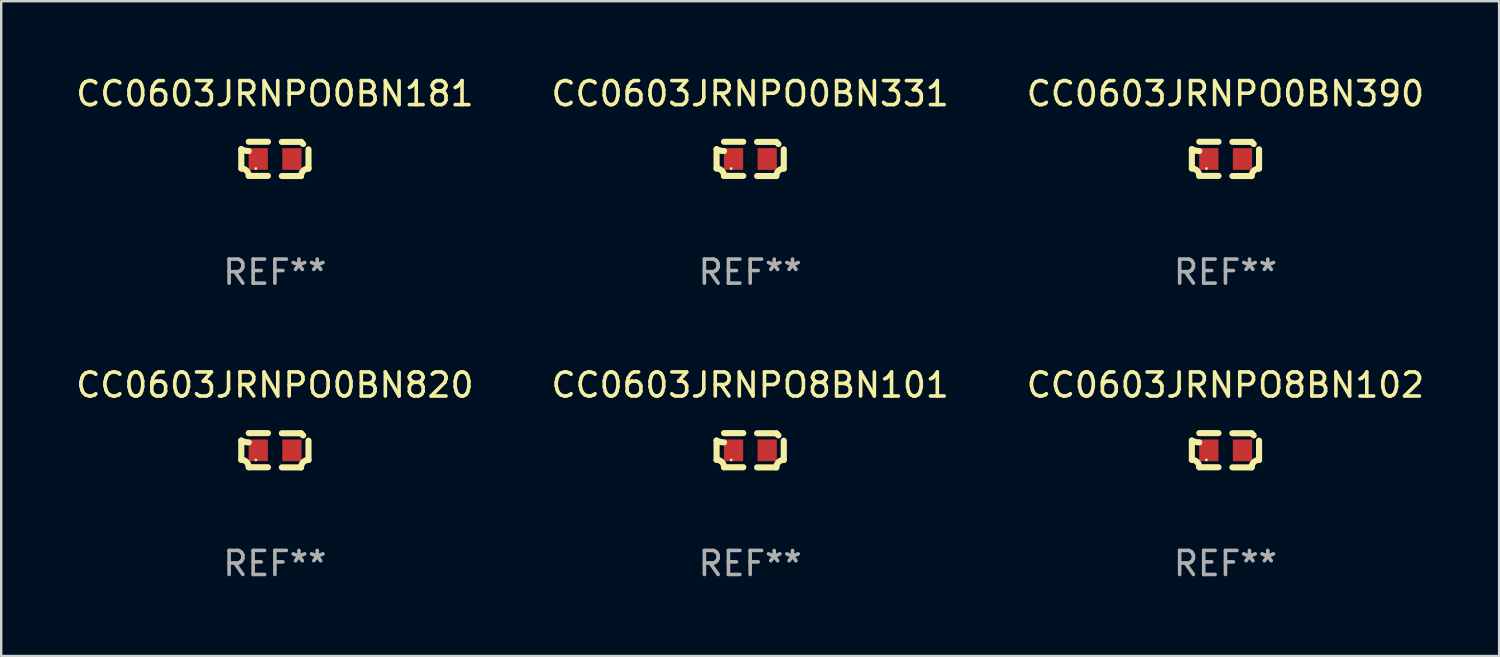
<source format=kicad_pcb>
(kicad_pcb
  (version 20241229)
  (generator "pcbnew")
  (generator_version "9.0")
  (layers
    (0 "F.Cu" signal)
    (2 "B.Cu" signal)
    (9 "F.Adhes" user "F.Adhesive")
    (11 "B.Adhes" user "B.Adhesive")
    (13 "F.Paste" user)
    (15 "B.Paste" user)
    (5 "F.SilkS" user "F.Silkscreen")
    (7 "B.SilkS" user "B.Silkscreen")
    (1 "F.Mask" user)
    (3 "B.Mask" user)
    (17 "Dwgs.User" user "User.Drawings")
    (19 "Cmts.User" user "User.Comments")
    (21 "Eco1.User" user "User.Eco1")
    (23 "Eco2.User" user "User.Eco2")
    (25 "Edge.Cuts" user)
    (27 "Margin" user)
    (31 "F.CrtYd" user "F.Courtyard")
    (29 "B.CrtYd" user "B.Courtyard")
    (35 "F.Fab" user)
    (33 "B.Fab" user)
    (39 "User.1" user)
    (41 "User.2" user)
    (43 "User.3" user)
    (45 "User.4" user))
  (footprint "CC0603JRNPO8BN102"
    (layer "F.Cu")
    (at 47.935 15.683)
    (property "Reference" "CC0603JRNPO8BN102" (at 0 -2.713 0) (layer "F.SilkS") (effects (font (size 1 1) (thickness 0.15))))
    (attr through_hole)
    (fp_line (start -1.398 -0.403) (end -1.398 0.397) (stroke (width 0.254) (type solid)) (layer "F.SilkS"))
    (fp_line (start -0.288 -0.713) (end -1.088 -0.713) (stroke (width 0.254) (type solid)) (layer "F.SilkS"))
    (fp_line (start -0.288 0.707) (end -1.088 0.707) (stroke (width 0.254) (type solid)) (layer "F.SilkS"))
    (fp_line (start 0.288 -0.707) (end 1.088 -0.707) (stroke (width 0.254) (type solid)) (layer "F.SilkS"))
    (fp_line (start 0.288 0.713) (end 1.088 0.713) (stroke (width 0.254) (type solid)) (layer "F.SilkS"))
    (fp_line (start 1.398 -0.397) (end 1.398 0.403) (stroke (width 0.254) (type solid)) (layer "F.SilkS"))
    (fp_arc (start -1.397789 0.397066) (mid -1.178701 0.487826) (end -1.08796 0.706922) (stroke (width 0.254001) (type solid)) (layer "F.SilkS"))
    (fp_arc (start -1.08796 -0.327176) (mid -1.247436 -0.346384) (end -1.39779 -0.402908) (stroke (width 0.254001) (type solid)) (layer "F.SilkS"))
    (fp_arc (start 1.087909 0.712738) (mid 1.178656 0.493655) (end 1.397739 0.402908) (stroke (width 0.254001) (type solid)) (layer "F.SilkS"))
    (fp_arc (start 1.175925 -0.618926) (mid 1.131917 -0.662923) (end 1.08791 -0.706922) (stroke (width 0.254001) (type solid)) (layer "F.SilkS"))
    (fp_circle (center -0.792 0.403) (end -0.762 0.403) (stroke (width 0.06) (type solid)) (fill no) (layer "F.SilkS"))
    (fp_text user "REF**" (at 0 4.713 0) (layer "F.Fab") (effects (font (size 1 1) (thickness 0.15))))
    (pad "1" smd rect (at -0.692 0.003) (size 0.8 0.9) (layers "F.Cu" "F.Mask" "F.Paste"))
    (pad "2" smd rect (at 0.708 0.003) (size 0.8 0.9) (layers "F.Cu" "F.Mask" "F.Paste")))
  (footprint "CC0603JRNPO0BN181"
    (layer "F.Cu")
    (at 8.387 3.561)
    (property "Reference" "CC0603JRNPO0BN181" (at 0 -2.713 0) (layer "F.SilkS") (effects (font (size 1 1) (thickness 0.15))))
    (attr through_hole)
    (fp_line (start -1.398 -0.403) (end -1.398 0.397) (stroke (width 0.254) (type solid)) (layer "F.SilkS"))
    (fp_line (start -0.288 -0.713) (end -1.088 -0.713) (stroke (width 0.254) (type solid)) (layer "F.SilkS"))
    (fp_line (start -0.288 0.707) (end -1.088 0.707) (stroke (width 0.254) (type solid)) (layer "F.SilkS"))
    (fp_line (start 0.288 -0.707) (end 1.088 -0.707) (stroke (width 0.254) (type solid)) (layer "F.SilkS"))
    (fp_line (start 0.288 0.713) (end 1.088 0.713) (stroke (width 0.254) (type solid)) (layer "F.SilkS"))
    (fp_line (start 1.398 -0.397) (end 1.398 0.403) (stroke (width 0.254) (type solid)) (layer "F.SilkS"))
    (fp_arc (start -1.397789 0.397066) (mid -1.178701 0.487826) (end -1.08796 0.706922) (stroke (width 0.254001) (type solid)) (layer "F.SilkS"))
    (fp_arc (start -1.08796 -0.327176) (mid -1.247436 -0.346384) (end -1.39779 -0.402908) (stroke (width 0.254001) (type solid)) (layer "F.SilkS"))
    (fp_arc (start 1.087909 0.712738) (mid 1.178656 0.493655) (end 1.397739 0.402908) (stroke (width 0.254001) (type solid)) (layer "F.SilkS"))
    (fp_arc (start 1.175925 -0.618926) (mid 1.131917 -0.662923) (end 1.08791 -0.706922) (stroke (width 0.254001) (type solid)) (layer "F.SilkS"))
    (fp_circle (center -0.792 0.403) (end -0.762 0.403) (stroke (width 0.06) (type solid)) (fill no) (layer "F.SilkS"))
    (fp_text user "REF**" (at 0 4.713 0) (layer "F.Fab") (effects (font (size 1 1) (thickness 0.15))))
    (pad "1" smd rect (at -0.692 0.003) (size 0.8 0.9) (layers "F.Cu" "F.Mask" "F.Paste"))
    (pad "2" smd rect (at 0.708 0.003) (size 0.8 0.9) (layers "F.Cu" "F.Mask" "F.Paste")))
  (footprint "CC0603JRNPO0BN390"
    (layer "F.Cu")
    (at 47.935 3.561)
    (property "Reference" "CC0603JRNPO0BN390" (at 0 -2.713 0) (layer "F.SilkS") (effects (font (size 1 1) (thickness 0.15))))
    (attr through_hole)
    (fp_line (start -1.398 -0.403) (end -1.398 0.397) (stroke (width 0.254) (type solid)) (layer "F.SilkS"))
    (fp_line (start -0.288 -0.713) (end -1.088 -0.713) (stroke (width 0.254) (type solid)) (layer "F.SilkS"))
    (fp_line (start -0.288 0.707) (end -1.088 0.707) (stroke (width 0.254) (type solid)) (layer "F.SilkS"))
    (fp_line (start 0.288 -0.707) (end 1.088 -0.707) (stroke (width 0.254) (type solid)) (layer "F.SilkS"))
    (fp_line (start 0.288 0.713) (end 1.088 0.713) (stroke (width 0.254) (type solid)) (layer "F.SilkS"))
    (fp_line (start 1.398 -0.397) (end 1.398 0.403) (stroke (width 0.254) (type solid)) (layer "F.SilkS"))
    (fp_arc (start -1.397789 0.397066) (mid -1.178701 0.487826) (end -1.08796 0.706922) (stroke (width 0.254001) (type solid)) (layer "F.SilkS"))
    (fp_arc (start -1.08796 -0.327176) (mid -1.247436 -0.346384) (end -1.39779 -0.402908) (stroke (width 0.254001) (type solid)) (layer "F.SilkS"))
    (fp_arc (start 1.087909 0.712738) (mid 1.178656 0.493655) (end 1.397739 0.402908) (stroke (width 0.254001) (type solid)) (layer "F.SilkS"))
    (fp_arc (start 1.175925 -0.618926) (mid 1.131917 -0.662923) (end 1.08791 -0.706922) (stroke (width 0.254001) (type solid)) (layer "F.SilkS"))
    (fp_circle (center -0.792 0.403) (end -0.762 0.403) (stroke (width 0.06) (type solid)) (fill no) (layer "F.SilkS"))
    (fp_text user "REF**" (at 0 4.713 0) (layer "F.Fab") (effects (font (size 1 1) (thickness 0.15))))
    (pad "1" smd rect (at -0.692 0.003) (size 0.8 0.9) (layers "F.Cu" "F.Mask" "F.Paste"))
    (pad "2" smd rect (at 0.708 0.003) (size 0.8 0.9) (layers "F.Cu" "F.Mask" "F.Paste")))
  (footprint "CC0603JRNPO0BN331"
    (layer "F.Cu")
    (at 28.161 3.561)
    (property "Reference" "CC0603JRNPO0BN331" (at 0 -2.713 0) (layer "F.SilkS") (effects (font (size 1 1) (thickness 0.15))))
    (attr through_hole)
    (fp_line (start -1.398 -0.403) (end -1.398 0.397) (stroke (width 0.254) (type solid)) (layer "F.SilkS"))
    (fp_line (start -0.288 -0.713) (end -1.088 -0.713) (stroke (width 0.254) (type solid)) (layer "F.SilkS"))
    (fp_line (start -0.288 0.707) (end -1.088 0.707) (stroke (width 0.254) (type solid)) (layer "F.SilkS"))
    (fp_line (start 0.288 -0.707) (end 1.088 -0.707) (stroke (width 0.254) (type solid)) (layer "F.SilkS"))
    (fp_line (start 0.288 0.713) (end 1.088 0.713) (stroke (width 0.254) (type solid)) (layer "F.SilkS"))
    (fp_line (start 1.398 -0.397) (end 1.398 0.403) (stroke (width 0.254) (type solid)) (layer "F.SilkS"))
    (fp_arc (start -1.397789 0.397066) (mid -1.178701 0.487826) (end -1.08796 0.706922) (stroke (width 0.254001) (type solid)) (layer "F.SilkS"))
    (fp_arc (start -1.08796 -0.327176) (mid -1.247436 -0.346384) (end -1.39779 -0.402908) (stroke (width 0.254001) (type solid)) (layer "F.SilkS"))
    (fp_arc (start 1.087909 0.712738) (mid 1.178656 0.493655) (end 1.397739 0.402908) (stroke (width 0.254001) (type solid)) (layer "F.SilkS"))
    (fp_arc (start 1.175925 -0.618926) (mid 1.131917 -0.662923) (end 1.08791 -0.706922) (stroke (width 0.254001) (type solid)) (layer "F.SilkS"))
    (fp_circle (center -0.792 0.403) (end -0.762 0.403) (stroke (width 0.06) (type solid)) (fill no) (layer "F.SilkS"))
    (fp_text user "REF**" (at 0 4.713 0) (layer "F.Fab") (effects (font (size 1 1) (thickness 0.15))))
    (pad "1" smd rect (at -0.692 0.003) (size 0.8 0.9) (layers "F.Cu" "F.Mask" "F.Paste"))
    (pad "2" smd rect (at 0.708 0.003) (size 0.8 0.9) (layers "F.Cu" "F.Mask" "F.Paste")))
  (footprint "CC0603JRNPO0BN820"
    (layer "F.Cu")
    (at 8.387 15.683)
    (property "Reference" "CC0603JRNPO0BN820" (at 0 -2.713 0) (layer "F.SilkS") (effects (font (size 1 1) (thickness 0.15))))
    (attr through_hole)
    (fp_line (start -1.398 -0.403) (end -1.398 0.397) (stroke (width 0.254) (type solid)) (layer "F.SilkS"))
    (fp_line (start -0.288 -0.713) (end -1.088 -0.713) (stroke (width 0.254) (type solid)) (layer "F.SilkS"))
    (fp_line (start -0.288 0.707) (end -1.088 0.707) (stroke (width 0.254) (type solid)) (layer "F.SilkS"))
    (fp_line (start 0.288 -0.707) (end 1.088 -0.707) (stroke (width 0.254) (type solid)) (layer "F.SilkS"))
    (fp_line (start 0.288 0.713) (end 1.088 0.713) (stroke (width 0.254) (type solid)) (layer "F.SilkS"))
    (fp_line (start 1.398 -0.397) (end 1.398 0.403) (stroke (width 0.254) (type solid)) (layer "F.SilkS"))
    (fp_arc (start -1.397789 0.397066) (mid -1.178701 0.487826) (end -1.08796 0.706922) (stroke (width 0.254001) (type solid)) (layer "F.SilkS"))
    (fp_arc (start -1.08796 -0.327176) (mid -1.247436 -0.346384) (end -1.39779 -0.402908) (stroke (width 0.254001) (type solid)) (layer "F.SilkS"))
    (fp_arc (start 1.087909 0.712738) (mid 1.178656 0.493655) (end 1.397739 0.402908) (stroke (width 0.254001) (type solid)) (layer "F.SilkS"))
    (fp_arc (start 1.175925 -0.618926) (mid 1.131917 -0.662923) (end 1.08791 -0.706922) (stroke (width 0.254001) (type solid)) (layer "F.SilkS"))
    (fp_circle (center -0.792 0.403) (end -0.762 0.403) (stroke (width 0.06) (type solid)) (fill no) (layer "F.SilkS"))
    (fp_text user "REF**" (at 0 4.713 0) (layer "F.Fab") (effects (font (size 1 1) (thickness 0.15))))
    (pad "1" smd rect (at -0.692 0.003) (size 0.8 0.9) (layers "F.Cu" "F.Mask" "F.Paste"))
    (pad "2" smd rect (at 0.708 0.003) (size 0.8 0.9) (layers "F.Cu" "F.Mask" "F.Paste")))
  (footprint "CC0603JRNPO8BN101"
    (layer "F.Cu")
    (at 28.161 15.683)
    (property "Reference" "CC0603JRNPO8BN101" (at 0 -2.713 0) (layer "F.SilkS") (effects (font (size 1 1) (thickness 0.15))))
    (attr through_hole)
    (fp_line (start -1.398 -0.403) (end -1.398 0.397) (stroke (width 0.254) (type solid)) (layer "F.SilkS"))
    (fp_line (start -0.288 -0.713) (end -1.088 -0.713) (stroke (width 0.254) (type solid)) (layer "F.SilkS"))
    (fp_line (start -0.288 0.707) (end -1.088 0.707) (stroke (width 0.254) (type solid)) (layer "F.SilkS"))
    (fp_line (start 0.288 -0.707) (end 1.088 -0.707) (stroke (width 0.254) (type solid)) (layer "F.SilkS"))
    (fp_line (start 0.288 0.713) (end 1.088 0.713) (stroke (width 0.254) (type solid)) (layer "F.SilkS"))
    (fp_line (start 1.398 -0.397) (end 1.398 0.403) (stroke (width 0.254) (type solid)) (layer "F.SilkS"))
    (fp_arc (start -1.397789 0.397066) (mid -1.178701 0.487826) (end -1.08796 0.706922) (stroke (width 0.254001) (type solid)) (layer "F.SilkS"))
    (fp_arc (start -1.08796 -0.327176) (mid -1.247436 -0.346384) (end -1.39779 -0.402908) (stroke (width 0.254001) (type solid)) (layer "F.SilkS"))
    (fp_arc (start 1.087909 0.712738) (mid 1.178656 0.493655) (end 1.397739 0.402908) (stroke (width 0.254001) (type solid)) (layer "F.SilkS"))
    (fp_arc (start 1.175925 -0.618926) (mid 1.131917 -0.662923) (end 1.08791 -0.706922) (stroke (width 0.254001) (type solid)) (layer "F.SilkS"))
    (fp_circle (center -0.792 0.403) (end -0.762 0.403) (stroke (width 0.06) (type solid)) (fill no) (layer "F.SilkS"))
    (fp_text user "REF**" (at 0 4.713 0) (layer "F.Fab") (effects (font (size 1 1) (thickness 0.15))))
    (pad "1" smd rect (at -0.692 0.003) (size 0.8 0.9) (layers "F.Cu" "F.Mask" "F.Paste"))
    (pad "2" smd rect (at 0.708 0.003) (size 0.8 0.9) (layers "F.Cu" "F.Mask" "F.Paste")))
  (gr_rect
    (start -3 -3)
    (end 59.321 24.244)
    (stroke (width 0.1) (type default))
    (fill no)
    (layer "Edge.Cuts")))
</source>
